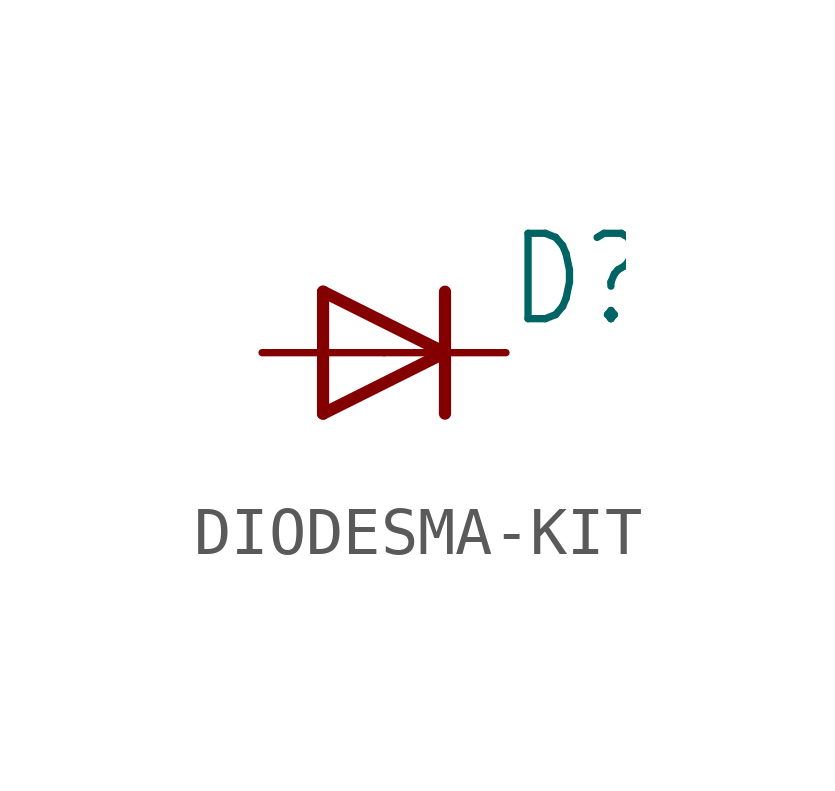
<source format=kicad_sym>
(kicad_symbol_lib
  (version 20220914)
  (generator kicad_symbol_editor)
  (symbol "DIODESMA-KIT"
    (property "Reference" "D"
      (at 2.54 0.483 0)
      (effects (font (size 1.778 1.511)) (justify left bottom)))
    (property "Value" ""
      (at 2.54 -2.311 0)
      (effects (font (size 1.778 1.511)) (justify left bottom)))
    (property "ki_locked" ""
      (at 0 0 0)
      (effects (font (size 1.27 1.27))))
    (symbol "DIODESMA-KIT_1_0"
      (polyline (pts (xy -1.27 -1.27) (xy 1.27 0)) (stroke (width 0.254) (type solid)) (fill (type none)))
      (polyline (pts (xy -1.27 1.27) (xy -1.27 -1.27)) (stroke (width 0.254) (type solid)) (fill (type none)))
      (polyline (pts (xy 1.27 0) (xy -1.27 1.27)) (stroke (width 0.254) (type solid)) (fill (type none)))
      (polyline (pts (xy 1.27 0) (xy 1.27 -1.27)) (stroke (width 0.254) (type solid)) (fill (type none)))
      (polyline (pts (xy 1.27 1.27) (xy 1.27 0)) (stroke (width 0.254) (type solid)) (fill (type none)))
      (pin passive line (at -2.54 0 0) (length 2.54) (name "A" (effects (font (size 0 0)))) (number "A" (effects (font (size 0 0)))))
      (pin passive line (at 2.54 0 180) (length 2.54) (name "C" (effects (font (size 0 0)))) (number "C" (effects (font (size 0 0))))))))
</source>
